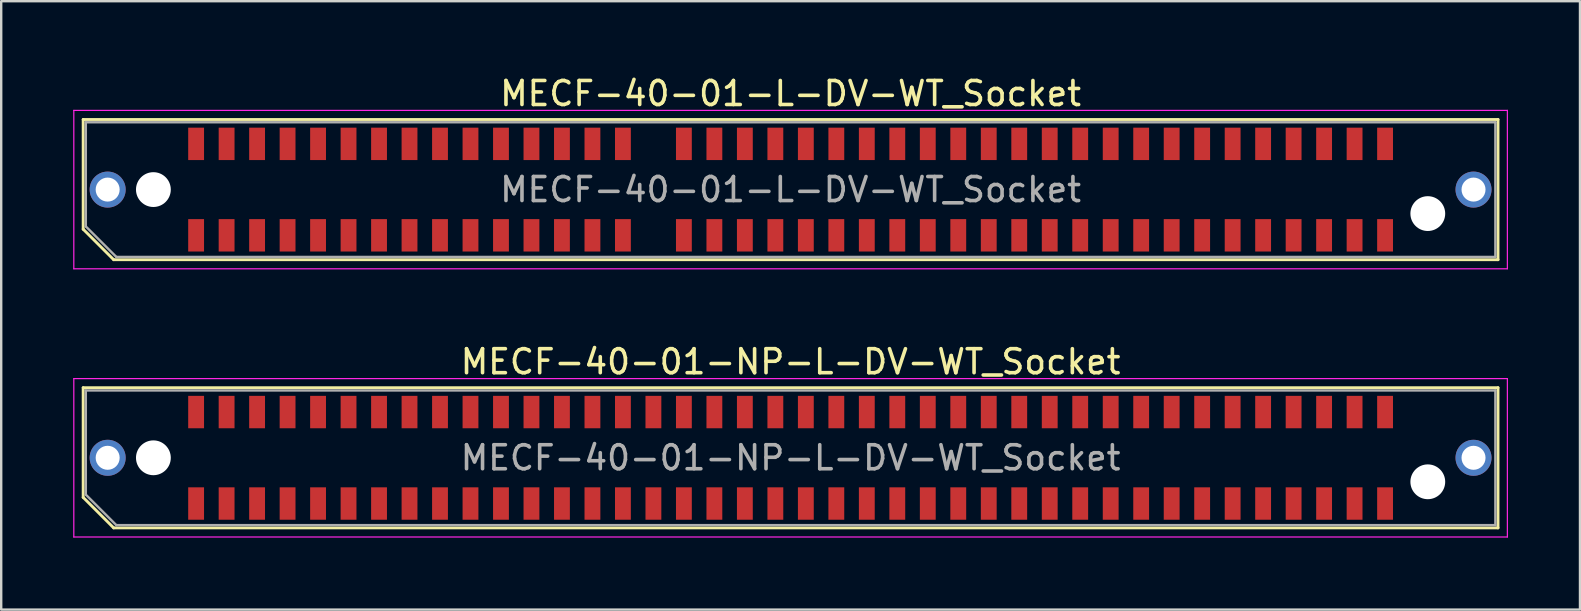
<source format=kicad_pcb>
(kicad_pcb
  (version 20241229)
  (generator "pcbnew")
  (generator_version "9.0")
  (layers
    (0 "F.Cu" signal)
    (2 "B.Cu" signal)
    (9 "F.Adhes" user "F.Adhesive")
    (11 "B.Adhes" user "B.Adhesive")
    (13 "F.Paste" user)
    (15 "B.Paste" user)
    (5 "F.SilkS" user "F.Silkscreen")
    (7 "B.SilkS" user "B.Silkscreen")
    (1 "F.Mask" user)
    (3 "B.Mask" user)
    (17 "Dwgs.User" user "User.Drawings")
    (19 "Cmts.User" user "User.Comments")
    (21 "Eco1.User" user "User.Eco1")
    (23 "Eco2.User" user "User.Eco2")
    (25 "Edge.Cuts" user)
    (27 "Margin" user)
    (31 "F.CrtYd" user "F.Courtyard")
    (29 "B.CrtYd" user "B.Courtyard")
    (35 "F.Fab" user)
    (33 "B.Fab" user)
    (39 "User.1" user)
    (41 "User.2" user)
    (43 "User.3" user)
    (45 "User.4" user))
  (footprint "MECF-40-01-L-DV-WT_Socket"
    (layer "F.Cu")
    (at 29.885 4.848)
    (property "Reference" "MECF-40-01-L-DV-WT_Socket" (at 0 -4 0) (layer "F.SilkS") (effects (font (size 1 1) (thickness 0.15))))
    (attr smd)
    (fp_line (start -29.47 -2.92) (end 29.47 -2.92) (stroke (width 0.12) (type solid)) (layer "F.SilkS"))
    (fp_line (start -29.47 1.65) (end -29.47 -2.92) (stroke (width 0.12) (type solid)) (layer "F.SilkS"))
    (fp_line (start -28.2 2.92) (end -29.47 1.65) (stroke (width 0.12) (type solid)) (layer "F.SilkS"))
    (fp_line (start -28.2 2.92) (end 29.47 2.92) (stroke (width 0.12) (type solid)) (layer "F.SilkS"))
    (fp_line (start 29.47 2.92) (end 29.47 -2.92) (stroke (width 0.12) (type solid)) (layer "F.SilkS"))
    (fp_line (start -29.86 -3.3) (end -29.86 3.3) (stroke (width 0.05) (type solid)) (layer "F.CrtYd"))
    (fp_line (start -29.86 3.3) (end 29.86 3.3) (stroke (width 0.05) (type solid)) (layer "F.CrtYd"))
    (fp_line (start 29.86 -3.3) (end -29.86 -3.3) (stroke (width 0.05) (type solid)) (layer "F.CrtYd"))
    (fp_line (start 29.86 3.3) (end 29.86 -3.3) (stroke (width 0.05) (type solid)) (layer "F.CrtYd"))
    (fp_line (start -29.36 -2.805) (end 29.36 -2.805) (stroke (width 0.1) (type solid)) (layer "F.Fab"))
    (fp_line (start -29.36 1.535) (end -29.36 -2.805) (stroke (width 0.1) (type solid)) (layer "F.Fab"))
    (fp_line (start -29.36 1.535) (end -28.09 2.805) (stroke (width 0.1) (type solid)) (layer "F.Fab"))
    (fp_line (start -28.09 2.805) (end 29.36 2.805) (stroke (width 0.1) (type solid)) (layer "F.Fab"))
    (fp_line (start 29.36 2.805) (end 29.36 -2.805) (stroke (width 0.1) (type solid)) (layer "F.Fab"))
    (fp_text user "${REFERENCE}" (at 0 0 0) (layer "F.Fab") (effects (font (size 1 1) (thickness 0.15))))
    (pad "" thru_hole circle (at -28.45 0) (size 1.5 1.5) (drill 1) (layers "*.Cu" "*.Mask"))
    (pad "" np_thru_hole circle (at -26.545 0) (size 1.45 1.45) (drill 1.45) (layers "*.Cu" "*.Mask"))
    (pad "" np_thru_hole circle (at 26.545 1) (size 1.45 1.45) (drill 1.45) (layers "*.Cu" "*.Mask"))
    (pad "" thru_hole circle (at 28.45 0) (size 1.5 1.5) (drill 1) (layers "*.Cu" "*.Mask"))
    (pad "1" smd rect (at -24.765 1.905) (size 0.66 1.35) (layers "F.Cu" "F.Mask" "F.Paste"))
    (pad "2" smd rect (at -24.765 -1.905) (size 0.66 1.35) (layers "F.Cu" "F.Mask" "F.Paste"))
    (pad "3" smd rect (at -23.495 1.905) (size 0.66 1.35) (layers "F.Cu" "F.Mask" "F.Paste"))
    (pad "4" smd rect (at -23.495 -1.905) (size 0.66 1.35) (layers "F.Cu" "F.Mask" "F.Paste"))
    (pad "5" smd rect (at -22.225 1.905) (size 0.66 1.35) (layers "F.Cu" "F.Mask" "F.Paste"))
    (pad "6" smd rect (at -22.225 -1.905) (size 0.66 1.35) (layers "F.Cu" "F.Mask" "F.Paste"))
    (pad "7" smd rect (at -20.955 1.905) (size 0.66 1.35) (layers "F.Cu" "F.Mask" "F.Paste"))
    (pad "8" smd rect (at -20.955 -1.905) (size 0.66 1.35) (layers "F.Cu" "F.Mask" "F.Paste"))
    (pad "9" smd rect (at -19.685 1.905) (size 0.66 1.35) (layers "F.Cu" "F.Mask" "F.Paste"))
    (pad "10" smd rect (at -19.685 -1.905) (size 0.66 1.35) (layers "F.Cu" "F.Mask" "F.Paste"))
    (pad "11" smd rect (at -18.415 1.905) (size 0.66 1.35) (layers "F.Cu" "F.Mask" "F.Paste"))
    (pad "12" smd rect (at -18.415 -1.905) (size 0.66 1.35) (layers "F.Cu" "F.Mask" "F.Paste"))
    (pad "13" smd rect (at -17.145 1.905) (size 0.66 1.35) (layers "F.Cu" "F.Mask" "F.Paste"))
    (pad "14" smd rect (at -17.145 -1.905) (size 0.66 1.35) (layers "F.Cu" "F.Mask" "F.Paste"))
    (pad "15" smd rect (at -15.875 1.905) (size 0.66 1.35) (layers "F.Cu" "F.Mask" "F.Paste"))
    (pad "16" smd rect (at -15.875 -1.905) (size 0.66 1.35) (layers "F.Cu" "F.Mask" "F.Paste"))
    (pad "17" smd rect (at -14.605 1.905) (size 0.66 1.35) (layers "F.Cu" "F.Mask" "F.Paste"))
    (pad "18" smd rect (at -14.605 -1.905) (size 0.66 1.35) (layers "F.Cu" "F.Mask" "F.Paste"))
    (pad "19" smd rect (at -13.335 1.905) (size 0.66 1.35) (layers "F.Cu" "F.Mask" "F.Paste"))
    (pad "20" smd rect (at -13.335 -1.905) (size 0.66 1.35) (layers "F.Cu" "F.Mask" "F.Paste"))
    (pad "21" smd rect (at -12.065 1.905) (size 0.66 1.35) (layers "F.Cu" "F.Mask" "F.Paste"))
    (pad "22" smd rect (at -12.065 -1.905) (size 0.66 1.35) (layers "F.Cu" "F.Mask" "F.Paste"))
    (pad "23" smd rect (at -10.795 1.905) (size 0.66 1.35) (layers "F.Cu" "F.Mask" "F.Paste"))
    (pad "24" smd rect (at -10.795 -1.905) (size 0.66 1.35) (layers "F.Cu" "F.Mask" "F.Paste"))
    (pad "25" smd rect (at -9.525 1.905) (size 0.66 1.35) (layers "F.Cu" "F.Mask" "F.Paste"))
    (pad "26" smd rect (at -9.525 -1.905) (size 0.66 1.35) (layers "F.Cu" "F.Mask" "F.Paste"))
    (pad "27" smd rect (at -8.255 1.905) (size 0.66 1.35) (layers "F.Cu" "F.Mask" "F.Paste"))
    (pad "28" smd rect (at -8.255 -1.905) (size 0.66 1.35) (layers "F.Cu" "F.Mask" "F.Paste"))
    (pad "29" smd rect (at -6.985 1.905) (size 0.66 1.35) (layers "F.Cu" "F.Mask" "F.Paste"))
    (pad "30" smd rect (at -6.985 -1.905) (size 0.66 1.35) (layers "F.Cu" "F.Mask" "F.Paste"))
    (pad "33" smd rect (at -4.445 1.905) (size 0.66 1.35) (layers "F.Cu" "F.Mask" "F.Paste"))
    (pad "34" smd rect (at -4.445 -1.905) (size 0.66 1.35) (layers "F.Cu" "F.Mask" "F.Paste"))
    (pad "35" smd rect (at -3.175 1.905) (size 0.66 1.35) (layers "F.Cu" "F.Mask" "F.Paste"))
    (pad "36" smd rect (at -3.175 -1.905) (size 0.66 1.35) (layers "F.Cu" "F.Mask" "F.Paste"))
    (pad "37" smd rect (at -1.905 1.905) (size 0.66 1.35) (layers "F.Cu" "F.Mask" "F.Paste"))
    (pad "38" smd rect (at -1.905 -1.905) (size 0.66 1.35) (layers "F.Cu" "F.Mask" "F.Paste"))
    (pad "39" smd rect (at -0.635 1.905) (size 0.66 1.35) (layers "F.Cu" "F.Mask" "F.Paste"))
    (pad "40" smd rect (at -0.635 -1.905) (size 0.66 1.35) (layers "F.Cu" "F.Mask" "F.Paste"))
    (pad "41" smd rect (at 0.635 1.905) (size 0.66 1.35) (layers "F.Cu" "F.Mask" "F.Paste"))
    (pad "42" smd rect (at 0.635 -1.905) (size 0.66 1.35) (layers "F.Cu" "F.Mask" "F.Paste"))
    (pad "43" smd rect (at 1.905 1.905) (size 0.66 1.35) (layers "F.Cu" "F.Mask" "F.Paste"))
    (pad "44" smd rect (at 1.905 -1.905) (size 0.66 1.35) (layers "F.Cu" "F.Mask" "F.Paste"))
    (pad "45" smd rect (at 3.175 1.905) (size 0.66 1.35) (layers "F.Cu" "F.Mask" "F.Paste"))
    (pad "46" smd rect (at 3.175 -1.905) (size 0.66 1.35) (layers "F.Cu" "F.Mask" "F.Paste"))
    (pad "47" smd rect (at 4.445 1.905) (size 0.66 1.35) (layers "F.Cu" "F.Mask" "F.Paste"))
    (pad "48" smd rect (at 4.445 -1.905) (size 0.66 1.35) (layers "F.Cu" "F.Mask" "F.Paste"))
    (pad "49" smd rect (at 5.715 1.905) (size 0.66 1.35) (layers "F.Cu" "F.Mask" "F.Paste"))
    (pad "50" smd rect (at 5.715 -1.905) (size 0.66 1.35) (layers "F.Cu" "F.Mask" "F.Paste"))
    (pad "51" smd rect (at 6.985 1.905) (size 0.66 1.35) (layers "F.Cu" "F.Mask" "F.Paste"))
    (pad "52" smd rect (at 6.985 -1.905) (size 0.66 1.35) (layers "F.Cu" "F.Mask" "F.Paste"))
    (pad "53" smd rect (at 8.255 1.905) (size 0.66 1.35) (layers "F.Cu" "F.Mask" "F.Paste"))
    (pad "54" smd rect (at 8.255 -1.905) (size 0.66 1.35) (layers "F.Cu" "F.Mask" "F.Paste"))
    (pad "55" smd rect (at 9.525 1.905) (size 0.66 1.35) (layers "F.Cu" "F.Mask" "F.Paste"))
    (pad "56" smd rect (at 9.525 -1.905) (size 0.66 1.35) (layers "F.Cu" "F.Mask" "F.Paste"))
    (pad "57" smd rect (at 10.795 1.905) (size 0.66 1.35) (layers "F.Cu" "F.Mask" "F.Paste"))
    (pad "58" smd rect (at 10.795 -1.905) (size 0.66 1.35) (layers "F.Cu" "F.Mask" "F.Paste"))
    (pad "59" smd rect (at 12.065 1.905) (size 0.66 1.35) (layers "F.Cu" "F.Mask" "F.Paste"))
    (pad "60" smd rect (at 12.065 -1.905) (size 0.66 1.35) (layers "F.Cu" "F.Mask" "F.Paste"))
    (pad "61" smd rect (at 13.335 1.905) (size 0.66 1.35) (layers "F.Cu" "F.Mask" "F.Paste"))
    (pad "62" smd rect (at 13.335 -1.905) (size 0.66 1.35) (layers "F.Cu" "F.Mask" "F.Paste"))
    (pad "63" smd rect (at 14.605 1.905) (size 0.66 1.35) (layers "F.Cu" "F.Mask" "F.Paste"))
    (pad "64" smd rect (at 14.605 -1.905) (size 0.66 1.35) (layers "F.Cu" "F.Mask" "F.Paste"))
    (pad "65" smd rect (at 15.875 1.905) (size 0.66 1.35) (layers "F.Cu" "F.Mask" "F.Paste"))
    (pad "66" smd rect (at 15.875 -1.905) (size 0.66 1.35) (layers "F.Cu" "F.Mask" "F.Paste"))
    (pad "67" smd rect (at 17.145 1.905) (size 0.66 1.35) (layers "F.Cu" "F.Mask" "F.Paste"))
    (pad "68" smd rect (at 17.145 -1.905) (size 0.66 1.35) (layers "F.Cu" "F.Mask" "F.Paste"))
    (pad "69" smd rect (at 18.415 1.905) (size 0.66 1.35) (layers "F.Cu" "F.Mask" "F.Paste"))
    (pad "70" smd rect (at 18.415 -1.905) (size 0.66 1.35) (layers "F.Cu" "F.Mask" "F.Paste"))
    (pad "71" smd rect (at 19.685 1.905) (size 0.66 1.35) (layers "F.Cu" "F.Mask" "F.Paste"))
    (pad "72" smd rect (at 19.685 -1.905) (size 0.66 1.35) (layers "F.Cu" "F.Mask" "F.Paste"))
    (pad "73" smd rect (at 20.955 1.905) (size 0.66 1.35) (layers "F.Cu" "F.Mask" "F.Paste"))
    (pad "74" smd rect (at 20.955 -1.905) (size 0.66 1.35) (layers "F.Cu" "F.Mask" "F.Paste"))
    (pad "75" smd rect (at 22.225 1.905) (size 0.66 1.35) (layers "F.Cu" "F.Mask" "F.Paste"))
    (pad "76" smd rect (at 22.225 -1.905) (size 0.66 1.35) (layers "F.Cu" "F.Mask" "F.Paste"))
    (pad "77" smd rect (at 23.495 1.905) (size 0.66 1.35) (layers "F.Cu" "F.Mask" "F.Paste"))
    (pad "78" smd rect (at 23.495 -1.905) (size 0.66 1.35) (layers "F.Cu" "F.Mask" "F.Paste"))
    (pad "79" smd rect (at 24.765 1.905) (size 0.66 1.35) (layers "F.Cu" "F.Mask" "F.Paste"))
    (pad "80" smd rect (at 24.765 -1.905) (size 0.66 1.35) (layers "F.Cu" "F.Mask" "F.Paste")))
  (footprint "MECF-40-01-NP-L-DV-WT_Socket"
    (layer "F.Cu")
    (at 29.885 16.021)
    (property "Reference" "MECF-40-01-NP-L-DV-WT_Socket" (at 0 -4 0) (layer "F.SilkS") (effects (font (size 1 1) (thickness 0.15))))
    (attr smd)
    (fp_line (start -29.47 -2.92) (end 29.47 -2.92) (stroke (width 0.12) (type solid)) (layer "F.SilkS"))
    (fp_line (start -29.47 1.65) (end -29.47 -2.92) (stroke (width 0.12) (type solid)) (layer "F.SilkS"))
    (fp_line (start -28.2 2.92) (end -29.47 1.65) (stroke (width 0.12) (type solid)) (layer "F.SilkS"))
    (fp_line (start -28.2 2.92) (end 29.47 2.92) (stroke (width 0.12) (type solid)) (layer "F.SilkS"))
    (fp_line (start 29.47 2.92) (end 29.47 -2.92) (stroke (width 0.12) (type solid)) (layer "F.SilkS"))
    (fp_line (start -29.86 -3.3) (end -29.86 3.3) (stroke (width 0.05) (type solid)) (layer "F.CrtYd"))
    (fp_line (start -29.86 3.3) (end 29.86 3.3) (stroke (width 0.05) (type solid)) (layer "F.CrtYd"))
    (fp_line (start 29.86 -3.3) (end -29.86 -3.3) (stroke (width 0.05) (type solid)) (layer "F.CrtYd"))
    (fp_line (start 29.86 3.3) (end 29.86 -3.3) (stroke (width 0.05) (type solid)) (layer "F.CrtYd"))
    (fp_line (start -29.36 -2.805) (end 29.36 -2.805) (stroke (width 0.1) (type solid)) (layer "F.Fab"))
    (fp_line (start -29.36 1.535) (end -29.36 -2.805) (stroke (width 0.1) (type solid)) (layer "F.Fab"))
    (fp_line (start -29.36 1.535) (end -28.09 2.805) (stroke (width 0.1) (type solid)) (layer "F.Fab"))
    (fp_line (start -28.09 2.805) (end 29.36 2.805) (stroke (width 0.1) (type solid)) (layer "F.Fab"))
    (fp_line (start 29.36 2.805) (end 29.36 -2.805) (stroke (width 0.1) (type solid)) (layer "F.Fab"))
    (fp_text user "${REFERENCE}" (at 0 0 0) (layer "F.Fab") (effects (font (size 1 1) (thickness 0.15))))
    (pad "" thru_hole circle (at -28.45 0) (size 1.5 1.5) (drill 1) (layers "*.Cu" "*.Mask"))
    (pad "" np_thru_hole circle (at -26.545 0) (size 1.45 1.45) (drill 1.45) (layers "*.Cu" "*.Mask"))
    (pad "" np_thru_hole circle (at 26.545 1) (size 1.45 1.45) (drill 1.45) (layers "*.Cu" "*.Mask"))
    (pad "" thru_hole circle (at 28.45 0) (size 1.5 1.5) (drill 1) (layers "*.Cu" "*.Mask"))
    (pad "1" smd rect (at -24.765 1.905) (size 0.66 1.35) (layers "F.Cu" "F.Mask" "F.Paste"))
    (pad "2" smd rect (at -24.765 -1.905) (size 0.66 1.35) (layers "F.Cu" "F.Mask" "F.Paste"))
    (pad "3" smd rect (at -23.495 1.905) (size 0.66 1.35) (layers "F.Cu" "F.Mask" "F.Paste"))
    (pad "4" smd rect (at -23.495 -1.905) (size 0.66 1.35) (layers "F.Cu" "F.Mask" "F.Paste"))
    (pad "5" smd rect (at -22.225 1.905) (size 0.66 1.35) (layers "F.Cu" "F.Mask" "F.Paste"))
    (pad "6" smd rect (at -22.225 -1.905) (size 0.66 1.35) (layers "F.Cu" "F.Mask" "F.Paste"))
    (pad "7" smd rect (at -20.955 1.905) (size 0.66 1.35) (layers "F.Cu" "F.Mask" "F.Paste"))
    (pad "8" smd rect (at -20.955 -1.905) (size 0.66 1.35) (layers "F.Cu" "F.Mask" "F.Paste"))
    (pad "9" smd rect (at -19.685 1.905) (size 0.66 1.35) (layers "F.Cu" "F.Mask" "F.Paste"))
    (pad "10" smd rect (at -19.685 -1.905) (size 0.66 1.35) (layers "F.Cu" "F.Mask" "F.Paste"))
    (pad "11" smd rect (at -18.415 1.905) (size 0.66 1.35) (layers "F.Cu" "F.Mask" "F.Paste"))
    (pad "12" smd rect (at -18.415 -1.905) (size 0.66 1.35) (layers "F.Cu" "F.Mask" "F.Paste"))
    (pad "13" smd rect (at -17.145 1.905) (size 0.66 1.35) (layers "F.Cu" "F.Mask" "F.Paste"))
    (pad "14" smd rect (at -17.145 -1.905) (size 0.66 1.35) (layers "F.Cu" "F.Mask" "F.Paste"))
    (pad "15" smd rect (at -15.875 1.905) (size 0.66 1.35) (layers "F.Cu" "F.Mask" "F.Paste"))
    (pad "16" smd rect (at -15.875 -1.905) (size 0.66 1.35) (layers "F.Cu" "F.Mask" "F.Paste"))
    (pad "17" smd rect (at -14.605 1.905) (size 0.66 1.35) (layers "F.Cu" "F.Mask" "F.Paste"))
    (pad "18" smd rect (at -14.605 -1.905) (size 0.66 1.35) (layers "F.Cu" "F.Mask" "F.Paste"))
    (pad "19" smd rect (at -13.335 1.905) (size 0.66 1.35) (layers "F.Cu" "F.Mask" "F.Paste"))
    (pad "20" smd rect (at -13.335 -1.905) (size 0.66 1.35) (layers "F.Cu" "F.Mask" "F.Paste"))
    (pad "21" smd rect (at -12.065 1.905) (size 0.66 1.35) (layers "F.Cu" "F.Mask" "F.Paste"))
    (pad "22" smd rect (at -12.065 -1.905) (size 0.66 1.35) (layers "F.Cu" "F.Mask" "F.Paste"))
    (pad "23" smd rect (at -10.795 1.905) (size 0.66 1.35) (layers "F.Cu" "F.Mask" "F.Paste"))
    (pad "24" smd rect (at -10.795 -1.905) (size 0.66 1.35) (layers "F.Cu" "F.Mask" "F.Paste"))
    (pad "25" smd rect (at -9.525 1.905) (size 0.66 1.35) (layers "F.Cu" "F.Mask" "F.Paste"))
    (pad "26" smd rect (at -9.525 -1.905) (size 0.66 1.35) (layers "F.Cu" "F.Mask" "F.Paste"))
    (pad "27" smd rect (at -8.255 1.905) (size 0.66 1.35) (layers "F.Cu" "F.Mask" "F.Paste"))
    (pad "28" smd rect (at -8.255 -1.905) (size 0.66 1.35) (layers "F.Cu" "F.Mask" "F.Paste"))
    (pad "29" smd rect (at -6.985 1.905) (size 0.66 1.35) (layers "F.Cu" "F.Mask" "F.Paste"))
    (pad "30" smd rect (at -6.985 -1.905) (size 0.66 1.35) (layers "F.Cu" "F.Mask" "F.Paste"))
    (pad "31" smd rect (at -5.715 1.905) (size 0.66 1.35) (layers "F.Cu" "F.Mask" "F.Paste"))
    (pad "32" smd rect (at -5.715 -1.905) (size 0.66 1.35) (layers "F.Cu" "F.Mask" "F.Paste"))
    (pad "33" smd rect (at -4.445 1.905) (size 0.66 1.35) (layers "F.Cu" "F.Mask" "F.Paste"))
    (pad "34" smd rect (at -4.445 -1.905) (size 0.66 1.35) (layers "F.Cu" "F.Mask" "F.Paste"))
    (pad "35" smd rect (at -3.175 1.905) (size 0.66 1.35) (layers "F.Cu" "F.Mask" "F.Paste"))
    (pad "36" smd rect (at -3.175 -1.905) (size 0.66 1.35) (layers "F.Cu" "F.Mask" "F.Paste"))
    (pad "37" smd rect (at -1.905 1.905) (size 0.66 1.35) (layers "F.Cu" "F.Mask" "F.Paste"))
    (pad "38" smd rect (at -1.905 -1.905) (size 0.66 1.35) (layers "F.Cu" "F.Mask" "F.Paste"))
    (pad "39" smd rect (at -0.635 1.905) (size 0.66 1.35) (layers "F.Cu" "F.Mask" "F.Paste"))
    (pad "40" smd rect (at -0.635 -1.905) (size 0.66 1.35) (layers "F.Cu" "F.Mask" "F.Paste"))
    (pad "41" smd rect (at 0.635 1.905) (size 0.66 1.35) (layers "F.Cu" "F.Mask" "F.Paste"))
    (pad "42" smd rect (at 0.635 -1.905) (size 0.66 1.35) (layers "F.Cu" "F.Mask" "F.Paste"))
    (pad "43" smd rect (at 1.905 1.905) (size 0.66 1.35) (layers "F.Cu" "F.Mask" "F.Paste"))
    (pad "44" smd rect (at 1.905 -1.905) (size 0.66 1.35) (layers "F.Cu" "F.Mask" "F.Paste"))
    (pad "45" smd rect (at 3.175 1.905) (size 0.66 1.35) (layers "F.Cu" "F.Mask" "F.Paste"))
    (pad "46" smd rect (at 3.175 -1.905) (size 0.66 1.35) (layers "F.Cu" "F.Mask" "F.Paste"))
    (pad "47" smd rect (at 4.445 1.905) (size 0.66 1.35) (layers "F.Cu" "F.Mask" "F.Paste"))
    (pad "48" smd rect (at 4.445 -1.905) (size 0.66 1.35) (layers "F.Cu" "F.Mask" "F.Paste"))
    (pad "49" smd rect (at 5.715 1.905) (size 0.66 1.35) (layers "F.Cu" "F.Mask" "F.Paste"))
    (pad "50" smd rect (at 5.715 -1.905) (size 0.66 1.35) (layers "F.Cu" "F.Mask" "F.Paste"))
    (pad "51" smd rect (at 6.985 1.905) (size 0.66 1.35) (layers "F.Cu" "F.Mask" "F.Paste"))
    (pad "52" smd rect (at 6.985 -1.905) (size 0.66 1.35) (layers "F.Cu" "F.Mask" "F.Paste"))
    (pad "53" smd rect (at 8.255 1.905) (size 0.66 1.35) (layers "F.Cu" "F.Mask" "F.Paste"))
    (pad "54" smd rect (at 8.255 -1.905) (size 0.66 1.35) (layers "F.Cu" "F.Mask" "F.Paste"))
    (pad "55" smd rect (at 9.525 1.905) (size 0.66 1.35) (layers "F.Cu" "F.Mask" "F.Paste"))
    (pad "56" smd rect (at 9.525 -1.905) (size 0.66 1.35) (layers "F.Cu" "F.Mask" "F.Paste"))
    (pad "57" smd rect (at 10.795 1.905) (size 0.66 1.35) (layers "F.Cu" "F.Mask" "F.Paste"))
    (pad "58" smd rect (at 10.795 -1.905) (size 0.66 1.35) (layers "F.Cu" "F.Mask" "F.Paste"))
    (pad "59" smd rect (at 12.065 1.905) (size 0.66 1.35) (layers "F.Cu" "F.Mask" "F.Paste"))
    (pad "60" smd rect (at 12.065 -1.905) (size 0.66 1.35) (layers "F.Cu" "F.Mask" "F.Paste"))
    (pad "61" smd rect (at 13.335 1.905) (size 0.66 1.35) (layers "F.Cu" "F.Mask" "F.Paste"))
    (pad "62" smd rect (at 13.335 -1.905) (size 0.66 1.35) (layers "F.Cu" "F.Mask" "F.Paste"))
    (pad "63" smd rect (at 14.605 1.905) (size 0.66 1.35) (layers "F.Cu" "F.Mask" "F.Paste"))
    (pad "64" smd rect (at 14.605 -1.905) (size 0.66 1.35) (layers "F.Cu" "F.Mask" "F.Paste"))
    (pad "65" smd rect (at 15.875 1.905) (size 0.66 1.35) (layers "F.Cu" "F.Mask" "F.Paste"))
    (pad "66" smd rect (at 15.875 -1.905) (size 0.66 1.35) (layers "F.Cu" "F.Mask" "F.Paste"))
    (pad "67" smd rect (at 17.145 1.905) (size 0.66 1.35) (layers "F.Cu" "F.Mask" "F.Paste"))
    (pad "68" smd rect (at 17.145 -1.905) (size 0.66 1.35) (layers "F.Cu" "F.Mask" "F.Paste"))
    (pad "69" smd rect (at 18.415 1.905) (size 0.66 1.35) (layers "F.Cu" "F.Mask" "F.Paste"))
    (pad "70" smd rect (at 18.415 -1.905) (size 0.66 1.35) (layers "F.Cu" "F.Mask" "F.Paste"))
    (pad "71" smd rect (at 19.685 1.905) (size 0.66 1.35) (layers "F.Cu" "F.Mask" "F.Paste"))
    (pad "72" smd rect (at 19.685 -1.905) (size 0.66 1.35) (layers "F.Cu" "F.Mask" "F.Paste"))
    (pad "73" smd rect (at 20.955 1.905) (size 0.66 1.35) (layers "F.Cu" "F.Mask" "F.Paste"))
    (pad "74" smd rect (at 20.955 -1.905) (size 0.66 1.35) (layers "F.Cu" "F.Mask" "F.Paste"))
    (pad "75" smd rect (at 22.225 1.905) (size 0.66 1.35) (layers "F.Cu" "F.Mask" "F.Paste"))
    (pad "76" smd rect (at 22.225 -1.905) (size 0.66 1.35) (layers "F.Cu" "F.Mask" "F.Paste"))
    (pad "77" smd rect (at 23.495 1.905) (size 0.66 1.35) (layers "F.Cu" "F.Mask" "F.Paste"))
    (pad "78" smd rect (at 23.495 -1.905) (size 0.66 1.35) (layers "F.Cu" "F.Mask" "F.Paste"))
    (pad "79" smd rect (at 24.765 1.905) (size 0.66 1.35) (layers "F.Cu" "F.Mask" "F.Paste"))
    (pad "80" smd rect (at 24.765 -1.905) (size 0.66 1.35) (layers "F.Cu" "F.Mask" "F.Paste")))
  (gr_rect
    (start -3 -3)
    (end 62.77 22.346)
    (stroke (width 0.1) (type default))
    (fill no)
    (layer "Edge.Cuts")))
</source>
